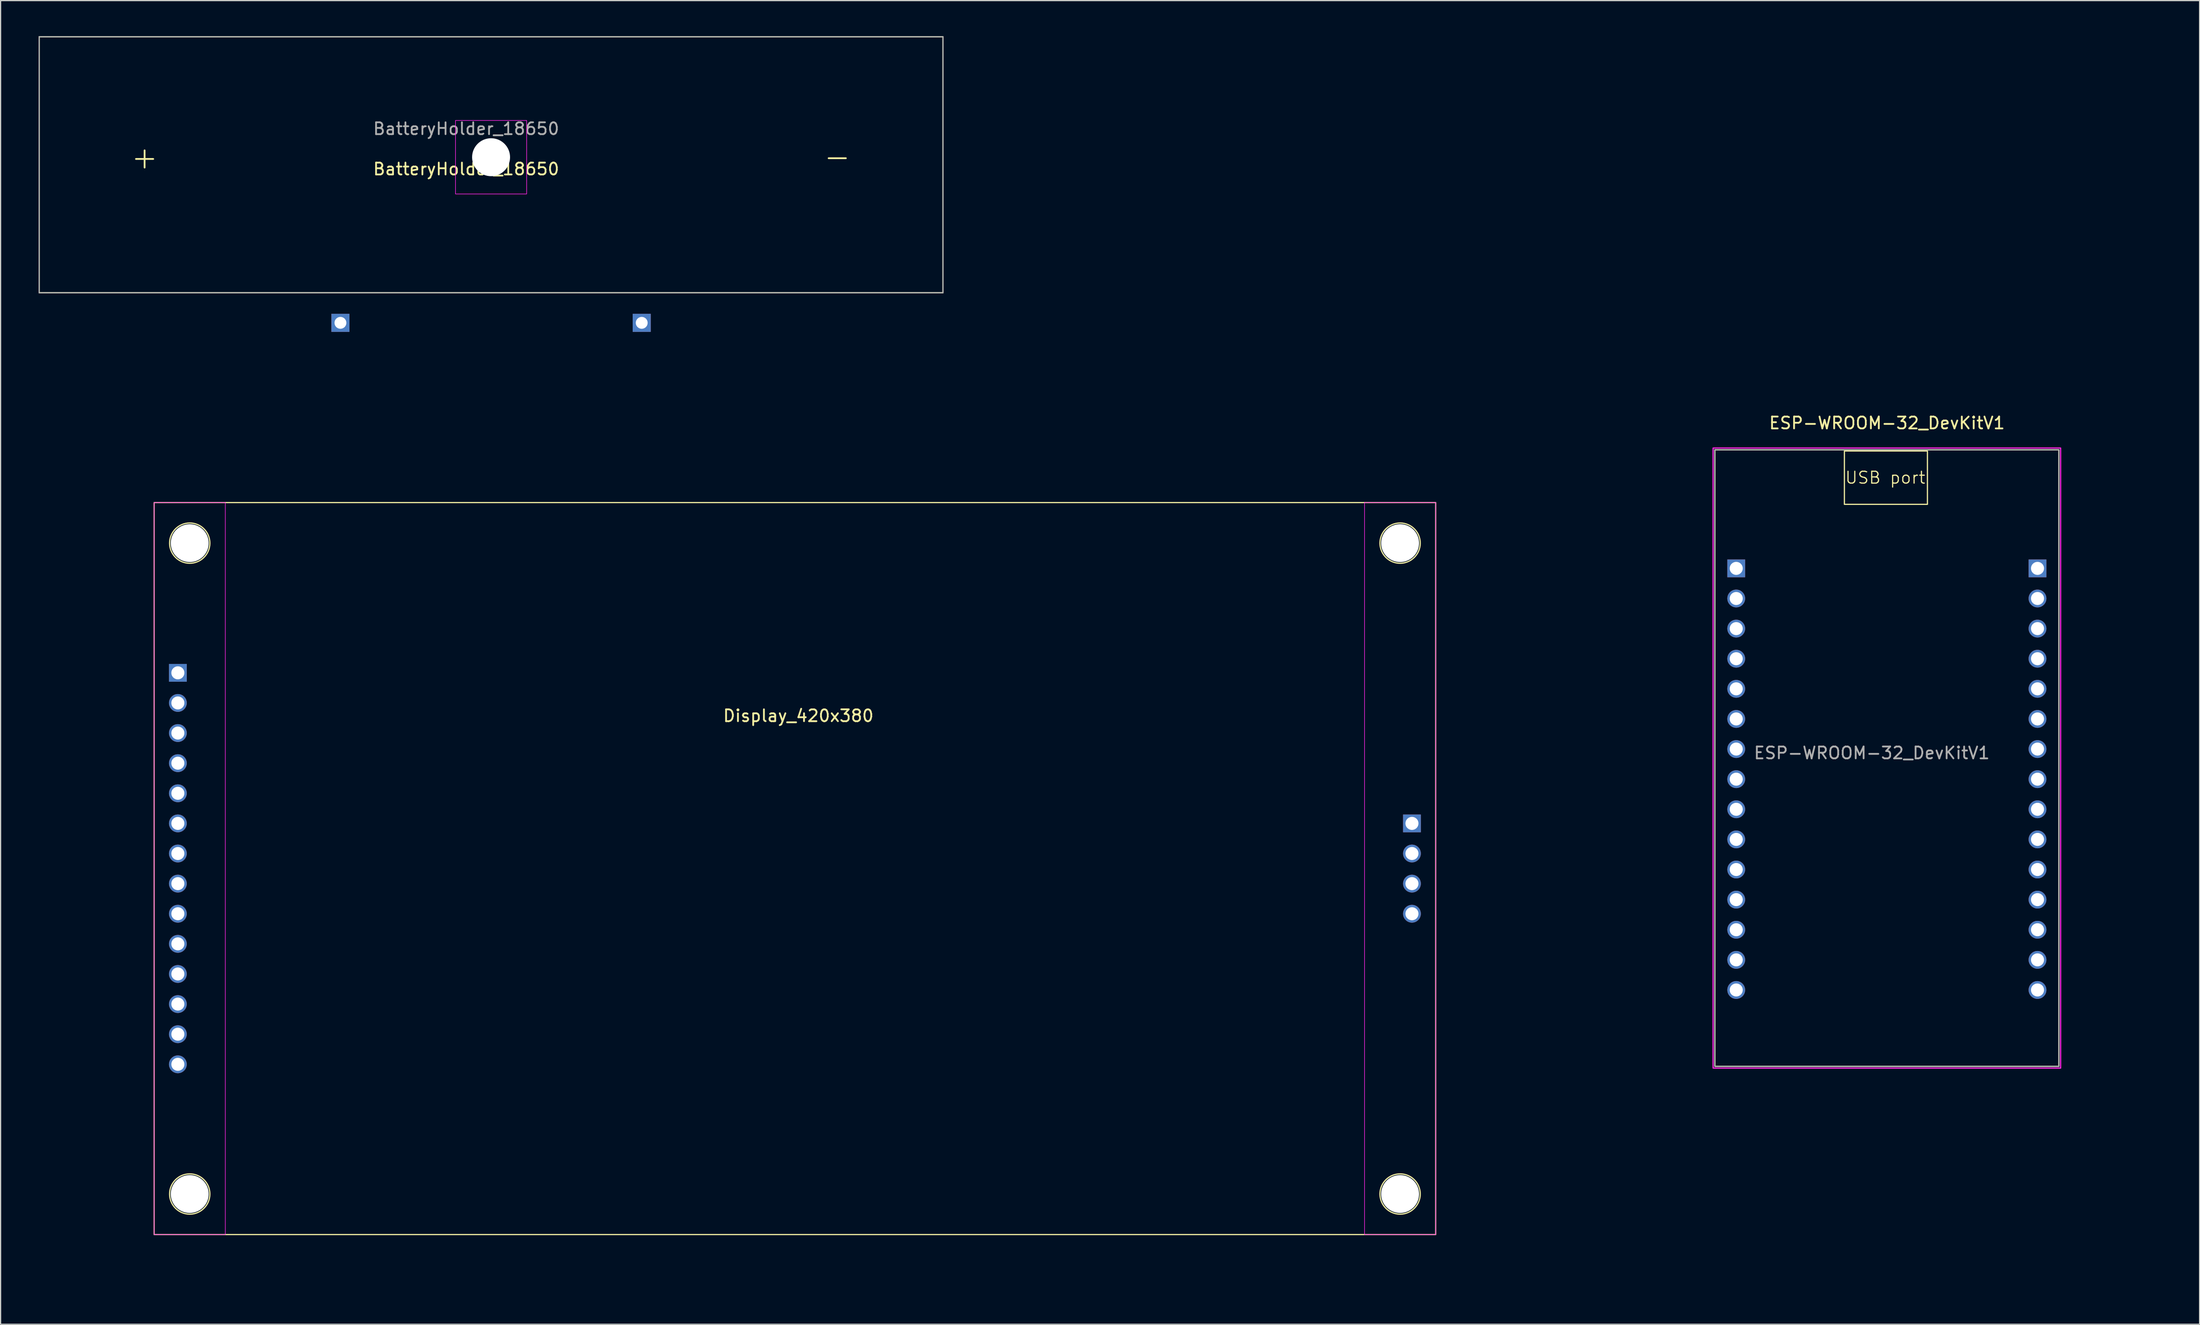
<source format=kicad_pcb>
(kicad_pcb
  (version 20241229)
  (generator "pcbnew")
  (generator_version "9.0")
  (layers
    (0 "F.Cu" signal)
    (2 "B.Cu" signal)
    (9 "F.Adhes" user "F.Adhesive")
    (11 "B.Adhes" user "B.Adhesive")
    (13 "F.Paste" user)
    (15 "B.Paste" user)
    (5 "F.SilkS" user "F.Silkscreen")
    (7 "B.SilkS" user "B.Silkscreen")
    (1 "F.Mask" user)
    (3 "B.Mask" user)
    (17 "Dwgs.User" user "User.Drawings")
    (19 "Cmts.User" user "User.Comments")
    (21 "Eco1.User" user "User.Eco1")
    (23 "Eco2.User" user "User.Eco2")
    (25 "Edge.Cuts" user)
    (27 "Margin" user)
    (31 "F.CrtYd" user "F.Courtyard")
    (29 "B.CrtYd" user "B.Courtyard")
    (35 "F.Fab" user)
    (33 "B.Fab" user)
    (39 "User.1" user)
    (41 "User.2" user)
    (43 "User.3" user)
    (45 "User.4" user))
  (footprint "Display_420x380"
    (layer "F.Cu")
    (at 11.945 53.7)
    (property "Reference" "Display_420x380" (at 52.312 3.623 0) (layer "F.SilkS") (effects (font (size 1 1) (thickness 0.15))))
    (attr through_hole)
    (fp_rect (start -2 -14.36) (end 106.04 47.38) (stroke (width 0.1) (type solid)) (fill no) (layer "F.SilkS"))
    (fp_circle (center 1 -10.94) (end 2.7 -10.94) (stroke (width 0.1) (type default)) (fill no) (layer "F.SilkS"))
    (fp_circle (center 1 43.96) (end 2.7 43.96) (stroke (width 0.1) (type default)) (fill no) (layer "F.SilkS"))
    (fp_circle (center 103.04 -10.94) (end 104.74 -10.94) (stroke (width 0.1) (type default)) (fill no) (layer "F.SilkS"))
    (fp_circle (center 103.04 43.96) (end 104.74 43.96) (stroke (width 0.1) (type default)) (fill no) (layer "F.SilkS"))
    (fp_rect (start -2 -14.36) (end 4 47.38) (stroke (width 0.05) (type default)) (fill no) (layer "F.CrtYd"))
    (fp_rect (start 100.04 -14.36) (end 106.04 47.38) (stroke (width 0.05) (type default)) (fill no) (layer "F.CrtYd"))
    (dimension (type aligned) (layer "User.1") (pts (xy 11.945 53.7) (xy 11.945 39.34)) (height -5.86) (format (prefix "") (suffix "") (units 3) (units_format 1) (precision 4)) (style (thickness 0.1) (arrow_length 1.27) (text_position_mode 0) (arrow_direction outward) (extension_height 0.586) (extension_offset 0.5) (keep_text_aligned yes)) (gr_text "14.3600 mm" (at 4.935 46.52 90) (layer "User.1") (effects (font (size 1 1) (thickness 0.15)))))
    (dimension (type aligned) (layer "User.1") (pts (xy 114.985 42.76) (xy 117.985 42.76)) (height 4.661) (format (prefix "") (suffix "") (units 3) (units_format 1) (precision 4)) (style (thickness 0.1) (arrow_length 1.27) (text_position_mode 0) (arrow_direction outward) (extension_height 0.586) (extension_offset 0.5) (keep_text_aligned yes)) (gr_text "3.0000 mm" (at 116.484 46.272 359.999) (layer "User.1") (effects (font (size 1 1) (thickness 0.15)))))
    (dimension (type aligned) (layer "User.1") (pts (xy 11.945 58.88) (xy 11.945 61.42)) (height 5.91) (format (prefix "") (suffix "") (units 3) (units_format 1) (precision 4)) (style (thickness 0.1) (arrow_length 1.27) (text_position_mode 0) (arrow_direction outward) (extension_height 0.586) (extension_offset 0.5) (keep_text_aligned yes)) (gr_text "2.5400 mm" (at 4.935 60.15 90) (layer "User.1") (effects (font (size 1 1) (thickness 0.1)))))
    (dimension (type aligned) (layer "User.1") (pts (xy 9.945 101.08) (xy 9.945 97.66)) (height -4.11) (format (prefix "") (suffix "") (units 3) (units_format 1) (precision 4)) (style (thickness 0.1) (arrow_length 1.27) (text_position_mode 0) (arrow_direction outward) (extension_height 0.586) (extension_offset 0.5) (keep_text_aligned yes)) (gr_text "3.4200 mm" (at 4.685 99.37 90) (layer "User.1") (effects (font (size 1 1) (thickness 0.15)))))
    (dimension (type aligned) (layer "User.1") (pts (xy 115.985 68.94) (xy 115.985 71.48)) (height -8.32) (format (prefix "") (suffix "") (units 3) (units_format 1) (precision 4)) (style (thickness 0.1) (arrow_length 1.27) (text_position_mode 0) (arrow_direction outward) (extension_height 0.586) (extension_offset 0.5) (keep_text_aligned yes)) (gr_text "2.5400 mm" (at 123.155 70.21 90) (layer "User.1") (effects (font (size 1 1) (thickness 0.15)))))
    (dimension (type aligned) (layer "User.1") (pts (xy 12.945 42.76) (xy 12.945 39.34)) (height 5.8) (format (prefix "") (suffix "") (units 3) (units_format 1) (precision 4)) (style (thickness 0.1) (arrow_length 1.27) (text_position_mode 0) (arrow_direction outward) (extension_height 0.586) (extension_offset 0.5) (keep_text_aligned yes)) (gr_text "3.4200 mm" (at 17.595 41.05 90) (layer "User.1") (effects (font (size 1 1) (thickness 0.15)))))
    (dimension (type aligned) (layer "User.1") (pts (xy 12.945 42.76) (xy 9.945 42.76)) (height -4) (format (prefix "") (suffix "") (units 3) (units_format 1) (precision 4)) (style (thickness 0.1) (arrow_length 1.27) (text_position_mode 0) (arrow_direction outward) (extension_height 0.586) (extension_offset 0.5) (keep_text_aligned yes)) (gr_text "3.0000 mm" (at 11.445 45.61 0) (layer "User.1") (effects (font (size 1 1) (thickness 0.15)))))
    (dimension (type aligned) (layer "User.1") (pts (xy 114.985 97.66) (xy 114.975 101.08)) (height 3.713) (format (prefix "") (suffix "") (units 3) (units_format 1) (precision 4)) (style (thickness 0.1) (arrow_length 1.27) (text_position_mode 0) (arrow_direction outward) (extension_height 0.586) (extension_offset 0.5) (keep_text_aligned yes)) (gr_text "3.4200 mm" (at 110.117 99.356 89.832) (layer "User.1") (effects (font (size 1 1) (thickness 0.15)))))
    (dimension (type aligned) (layer "User.1") (pts (xy 9.945 39.34) (xy 117.985 39.34)) (height -9.4) (format (prefix "") (suffix "") (units 3) (units_format 1) (precision 4)) (style (thickness 0.1) (arrow_length 1.27) (text_position_mode 0) (arrow_direction outward) (extension_height 0.586) (extension_offset 0.5) (keep_text_aligned yes)) (gr_text "108.0400 mm" (at 63.965 28.79 0) (layer "User.1") (effects (font (size 1 1) (thickness 0.15)))))
    (dimension (type aligned) (layer "User.1") (pts (xy 9.945 101.08) (xy 12.945 101.08)) (height 3.93) (format (prefix "") (suffix "") (units 3) (units_format 1) (precision 4)) (style (thickness 0.1) (arrow_length 1.27) (text_position_mode 0) (arrow_direction outward) (extension_height 0.586) (extension_offset 0.5) (keep_text_aligned yes)) (gr_text "3.0000 mm" (at 11.445 103.86 0) (layer "User.1") (effects (font (size 1 1) (thickness 0.15)))))
    (dimension (type aligned) (layer "User.1") (pts (xy 114.985 42.76) (xy 114.985 39.34)) (height -3.38) (format (prefix "") (suffix "") (units 3) (units_format 1) (precision 4)) (style (thickness 0.1) (arrow_length 1.27) (text_position_mode 0) (arrow_direction outward) (extension_height 0.586) (extension_offset 0.5) (keep_text_aligned yes)) (gr_text "3.4200 mm" (at 110.455 41.05 90) (layer "User.1") (effects (font (size 1 1) (thickness 0.15)))))
    (dimension (type aligned) (layer "User.1") (pts (xy 117.984 39.34) (xy 117.985 66.4)) (height -3.019) (format (prefix "") (suffix "") (units 3) (units_format 1) (precision 4)) (style (thickness 0.1) (arrow_length 1.27) (text_position_mode 0) (arrow_direction outward) (extension_height 0.586) (extension_offset 0.5) (keep_text_aligned yes)) (gr_text "27.0600 mm" (at 122.154 52.87 270) (layer "User.1") (effects (font (size 1 1) (thickness 0.15)))))
    (dimension (type aligned) (layer "User.1") (pts (xy 117.984 39.34) (xy 117.984 101.08)) (height -9.77) (format (prefix "") (suffix "") (units 3) (units_format 1) (precision 4)) (style (thickness 0.1) (arrow_length 1.27) (text_position_mode 0) (arrow_direction outward) (extension_height 0.586) (extension_offset 0.5) (keep_text_aligned yes)) (gr_text "61.7400 mm" (at 126.605 70.21 90) (layer "User.1") (effects (font (size 1 1) (thickness 0.15)))))
    (dimension (type aligned) (layer "User.1") (pts (xy 114.985 97.66) (xy 117.985 97.66)) (height -3.414) (format (prefix "") (suffix "") (units 3) (units_format 1) (precision 4)) (style (thickness 0.1) (arrow_length 1.27) (text_position_mode 0) (arrow_direction outward) (extension_height 0.586) (extension_offset 0.5) (keep_text_aligned yes)) (gr_text "3.0000 mm" (at 116.485 93.096 359.999) (layer "User.1") (effects (font (size 1 1) (thickness 0.15)))))
    (dimension (type orthogonal) (layer "User.1") (pts (xy 115.985 66.4) (xy 11.945 67.4)) (height 1.28) (orientation 0) (format (prefix "") (suffix "") (units 3) (units_format 1) (precision 4)) (style (thickness 0.1) (arrow_length 1.27) (text_position_mode 0) (arrow_direction outward) (extension_height 0.586) (extension_offset 0.5) (keep_text_aligned yes)) (gr_text "104.0400 mm" (at 63.965 66.53 0) (layer "User.1") (effects (font (size 1 1) (thickness 0.15)))))
    (dimension (type orthogonal) (layer "User.1") (pts (xy 115.985 74.02) (xy 117.985 74.21)) (height 3.75) (orientation 0) (format (prefix "") (suffix "") (units 3) (units_format 1) (precision 4)) (style (thickness 0.1) (arrow_length 1.27) (text_position_mode 0) (arrow_direction outward) (extension_height 0.586) (extension_offset 0.5) (keep_text_aligned yes)) (gr_text "2.0000 mm" (at 116.985 76.62 0) (layer "User.1") (effects (font (size 1 1) (thickness 0.15)))))
    (pad "" np_thru_hole circle (at 1 -10.94) (size 3.2 3.2) (drill 3.2) (layers "*.Cu" "*.Mask"))
    (pad "" np_thru_hole circle (at 1 43.96) (size 3.2 3.2) (drill 3.2) (layers "*.Cu" "*.Mask"))
    (pad "" np_thru_hole circle (at 103.04 -10.94) (size 3.2 3.2) (drill 3.2) (layers "*.Cu" "*.Mask"))
    (pad "" np_thru_hole circle (at 103.04 43.96) (size 3.2 3.2) (drill 3.2) (layers "*.Cu" "*.Mask"))
    (pad "1" thru_hole rect (at 0 0) (size 1.5 1.5) (drill 1.1) (layers "*.Cu" "*.Mask"))
    (pad "2" thru_hole circle (at 0 2.54) (size 1.5 1.5) (drill 1.1) (layers "*.Cu" "*.Mask"))
    (pad "3" thru_hole circle (at 0 5.08) (size 1.5 1.5) (drill 1.1) (layers "*.Cu" "*.Mask"))
    (pad "4" thru_hole circle (at 0 7.62) (size 1.5 1.5) (drill 1.1) (layers "*.Cu" "*.Mask"))
    (pad "5" thru_hole circle (at 0 10.16) (size 1.5 1.5) (drill 1.1) (layers "*.Cu" "*.Mask"))
    (pad "6" thru_hole circle (at 0 12.7) (size 1.5 1.5) (drill 1.1) (layers "*.Cu" "*.Mask"))
    (pad "7" thru_hole circle (at 0 15.24) (size 1.5 1.5) (drill 1.1) (layers "*.Cu" "*.Mask"))
    (pad "8" thru_hole circle (at 0 17.78) (size 1.5 1.5) (drill 1.1) (layers "*.Cu" "*.Mask"))
    (pad "9" thru_hole circle (at 0 20.32) (size 1.5 1.5) (drill 1.1) (layers "*.Cu" "*.Mask"))
    (pad "10" thru_hole circle (at 0 22.86) (size 1.5 1.5) (drill 1.1) (layers "*.Cu" "*.Mask"))
    (pad "11" thru_hole circle (at 0 25.4) (size 1.5 1.5) (drill 1.1) (layers "*.Cu" "*.Mask"))
    (pad "12" thru_hole circle (at 0 27.94) (size 1.5 1.5) (drill 1.1) (layers "*.Cu" "*.Mask"))
    (pad "13" thru_hole circle (at 0 30.48) (size 1.5 1.5) (drill 1.1) (layers "*.Cu" "*.Mask"))
    (pad "14" thru_hole circle (at 0 33.02) (size 1.5 1.5) (drill 1.1) (layers "*.Cu" "*.Mask"))
    (pad "15" thru_hole rect (at 104.04 12.7) (size 1.5 1.5) (drill 1.1) (layers "*.Cu" "*.Mask"))
    (pad "16" thru_hole circle (at 104.04 15.24) (size 1.5 1.5) (drill 1.1) (layers "*.Cu" "*.Mask"))
    (pad "17" thru_hole circle (at 104.04 17.78) (size 1.5 1.5) (drill 1.1) (layers "*.Cu" "*.Mask"))
    (pad "18" thru_hole circle (at 104.04 20.32) (size 1.5 1.5) (drill 1.1) (layers "*.Cu" "*.Mask")))
  (footprint "BatteryHolder_18650"
    (layer "F.Cu")
    (at 0.25 10.21)
    (property "Reference" "BatteryHolder_18650" (at 36 1 0) (layer "F.SilkS") (effects (font (size 1 1) (thickness 0.15))))
    (attr through_hole)
    (fp_rect (start 0 -10.16) (end 76.2 11.43) (stroke (width 0.1) (type default)) (fill no) (layer "F.SilkS"))
    (fp_rect (start 35.1 -3.1) (end 41.1 3.1) (stroke (width 0.05) (type default)) (fill no) (layer "F.CrtYd"))
    (fp_rect (start 0 -10.16) (end 76.2 11.43) (stroke (width 0.1) (type default)) (fill no) (layer "F.Fab"))
    (fp_text user "-" (at 67.284 -0.062 0) (unlocked yes) (layer "F.SilkS") (effects (font (size 1.905 1.905) (thickness 0.15)) (justify mirror)))
    (fp_text user "+" (at 8.89 0 0) (unlocked yes) (layer "F.SilkS") (effects (font (size 1.905 1.905) (thickness 0.15)) (justify mirror)))
    (fp_text user "${REFERENCE}" (at 36 -2.4 0) (layer "F.Fab") (effects (font (size 1 1) (thickness 0.15))))
    (pad "" np_thru_hole circle (at 38.1 0) (size 3.2 3.2) (drill 3.2) (layers "*.Cu" "*.Mask"))
    (pad "1" thru_hole rect (at 25.4 13.97) (size 1.524 1.524) (drill 1) (layers "*.Cu" "*.Mask"))
    (pad "2" thru_hole rect (at 50.8 13.97) (size 1.524 1.524) (drill 1) (layers "*.Cu" "*.Mask")))
  (footprint "ESP-WROOM-32_DevKitV1"
    (layer "F.Cu")
    (at 143.322 44.89)
    (property "Reference" "ESP-WROOM-32_DevKitV1" (at 12.71 -12.26 0) (unlocked yes) (layer "F.SilkS") (effects (font (size 1 1) (thickness 0.15))))
    (attr through_hole)
    (fp_rect (start -1.8 -10) (end 27.2 42) (stroke (width 0.1) (type default)) (fill no) (layer "F.SilkS"))
    (fp_rect (start 9.12 -9.9) (end 16.12 -5.4) (stroke (width 0.1) (type default)) (fill no) (layer "F.SilkS"))
    (fp_rect (start -1.95 -10.15) (end 27.35 42.15) (stroke (width 0.1) (type default)) (fill no) (layer "F.CrtYd"))
    (fp_rect (start -1.8 -10) (end 27.2 42) (stroke (width 0.1) (type default)) (fill no) (layer "F.Fab"))
    (fp_text user "USB port" (at 9.12 -7.65 0) (unlocked yes) (layer "F.SilkS") (effects (font (size 1 1) (thickness 0.1)) (justify left)))
    (fp_text user "${REFERENCE}" (at 11.43 15.57 0) (unlocked yes) (layer "F.Fab") (effects (font (size 1 1) (thickness 0.15))))
    (dimension (type aligned) (layer "User.1") (pts (xy 143.322 40.31) (xy 143.322 42.85)) (height 3.3) (format (prefix "") (suffix "") (units 3) (units_format 1) (precision 4)) (style (thickness 0.1) (arrow_length 1.27) (text_position_mode 0) (arrow_direction outward) (extension_height 0.586) (extension_offset 0.5) (keep_text_aligned yes)) (gr_text "2.5400 mm" (at 138.922 41.58 90) (layer "User.1") (effects (font (size 1 1) (thickness 0.1)))))
    (dimension (type orthogonal) (layer "User.1") (pts (xy 141.522 34.89) (xy 170.522 34.89)) (height -4.95) (orientation 0) (format (prefix "") (suffix "") (units 3) (units_format 1) (precision 4)) (style (thickness 0.1) (arrow_length 1.27) (text_position_mode 0) (arrow_direction outward) (extension_height 0.586) (extension_offset 0.5) (keep_text_aligned yes)) (gr_text "29.0000 mm" (at 156.022 28.79 0) (layer "User.1") (effects (font (size 1 1) (thickness 0.15)))))
    (dimension (type orthogonal) (layer "User.1") (pts (xy 143.322 44.89) (xy 168.722 44.89)) (height 1.41) (orientation 0) (format (prefix "") (suffix "") (units 3) (units_format 1) (precision 4)) (style (thickness 0.1) (arrow_length 1.27) (text_position_mode 0) (arrow_direction outward) (extension_height 0.586) (extension_offset 0.5) (keep_text_aligned yes)) (gr_text "25.4000 mm" (at 156.022 45.15 0) (layer "User.1") (effects (font (size 1 1) (thickness 0.15)))))
    (dimension (type orthogonal) (layer "User.1") (pts (xy 168.722 80.45) (xy 168.722 86.89)) (height -2.28) (orientation 1) (format (prefix "") (suffix "") (units 3) (units_format 1) (precision 4)) (style (thickness 0.1) (arrow_length 1.27) (text_position_mode 0) (arrow_direction outward) (extension_height 0.586) (extension_offset 0.5) (keep_text_aligned yes)) (gr_text "6.4400 mm" (at 165.292 83.67 90) (layer "User.1") (effects (font (size 1 1) (thickness 0.15)))))
    (dimension (type orthogonal) (layer "User.1") (pts (xy 170.522 86.89) (xy 170.522 34.89)) (height 5.08) (orientation 1) (format (prefix "") (suffix "") (units 3) (units_format 1) (precision 4)) (style (thickness 0.1) (arrow_length 1.27) (text_position_mode 0) (arrow_direction outward) (extension_height 0.586) (extension_offset 0.5) (keep_text_aligned yes)) (gr_text "52.0000 mm" (at 174.452 60.89 90) (layer "User.1") (effects (font (size 1 1) (thickness 0.15)))))
    (dimension (type orthogonal) (layer "User.1") (pts (xy 168.722 44.89) (xy 168.722 34.89)) (height -2.35) (orientation 1) (format (prefix "") (suffix "") (units 3) (units_format 1) (precision 4)) (style (thickness 0.1) (arrow_length 1.27) (text_position_mode 0) (arrow_direction outward) (extension_height 0.586) (extension_offset 0.5) (keep_text_aligned yes)) (gr_text "10.0000 mm" (at 165.222 39.89 90) (layer "User.1") (effects (font (size 1 1) (thickness 0.15)))))
    (pad "1" thru_hole rect (at 0 0) (size 1.5 1.5) (drill 1.1) (layers "*.Cu" "*.Mask") (remove_unused_layers yes) (keep_end_layers yes) (zone_layer_connections))
    (pad "2" thru_hole circle (at 0 2.54) (size 1.5 1.5) (drill 1.1) (layers "*.Cu" "*.Mask") (remove_unused_layers yes) (keep_end_layers yes) (zone_layer_connections))
    (pad "3" thru_hole circle (at 0 5.08) (size 1.5 1.5) (drill 1.1) (layers "*.Cu" "*.Mask") (remove_unused_layers yes) (keep_end_layers yes) (zone_layer_connections))
    (pad "4" thru_hole circle (at 0 7.62) (size 1.5 1.5) (drill 1.1) (layers "*.Cu" "*.Mask") (remove_unused_layers yes) (keep_end_layers yes) (zone_layer_connections))
    (pad "5" thru_hole circle (at 0 10.16) (size 1.5 1.5) (drill 1.1) (layers "*.Cu" "*.Mask") (remove_unused_layers yes) (keep_end_layers yes) (zone_layer_connections))
    (pad "6" thru_hole circle (at 0 12.7) (size 1.5 1.5) (drill 1.1) (layers "*.Cu" "*.Mask") (remove_unused_layers yes) (keep_end_layers yes) (zone_layer_connections))
    (pad "7" thru_hole circle (at 0 15.24) (size 1.5 1.5) (drill 1.1) (layers "*.Cu" "*.Mask") (remove_unused_layers yes) (keep_end_layers yes) (zone_layer_connections))
    (pad "8" thru_hole circle (at 0 17.78) (size 1.5 1.5) (drill 1.1) (layers "*.Cu" "*.Mask") (remove_unused_layers yes) (keep_end_layers yes) (zone_layer_connections))
    (pad "9" thru_hole circle (at 0 20.32) (size 1.5 1.5) (drill 1.1) (layers "*.Cu" "*.Mask") (remove_unused_layers yes) (keep_end_layers yes) (zone_layer_connections))
    (pad "10" thru_hole circle (at 0 22.86) (size 1.5 1.5) (drill 1.1) (layers "*.Cu" "*.Mask") (remove_unused_layers yes) (keep_end_layers yes) (zone_layer_connections))
    (pad "11" thru_hole circle (at 0 25.4) (size 1.5 1.5) (drill 1.1) (layers "*.Cu" "*.Mask") (remove_unused_layers yes) (keep_end_layers yes) (zone_layer_connections))
    (pad "12" thru_hole circle (at 0 27.94) (size 1.5 1.5) (drill 1.1) (layers "*.Cu" "*.Mask") (remove_unused_layers yes) (keep_end_layers yes) (zone_layer_connections))
    (pad "13" thru_hole circle (at 0 30.48) (size 1.5 1.5) (drill 1.1) (layers "*.Cu" "*.Mask") (remove_unused_layers yes) (keep_end_layers yes) (zone_layer_connections))
    (pad "14" thru_hole circle (at 0 33.02) (size 1.5 1.5) (drill 1.1) (layers "*.Cu" "*.Mask") (remove_unused_layers yes) (keep_end_layers yes) (zone_layer_connections))
    (pad "15" thru_hole circle (at 0 35.56) (size 1.5 1.5) (drill 1.1) (layers "*.Cu" "*.Mask") (remove_unused_layers yes) (keep_end_layers yes) (zone_layer_connections))
    (pad "16" thru_hole circle (at 25.4 35.56) (size 1.5 1.5) (drill 1.1) (layers "*.Cu" "*.Mask") (remove_unused_layers yes) (keep_end_layers yes) (zone_layer_connections))
    (pad "17" thru_hole circle (at 25.4 33.02) (size 1.5 1.5) (drill 1.1) (layers "*.Cu" "*.Mask") (remove_unused_layers yes) (keep_end_layers yes) (zone_layer_connections))
    (pad "18" thru_hole circle (at 25.4 30.48) (size 1.5 1.5) (drill 1.1) (layers "*.Cu" "*.Mask") (remove_unused_layers yes) (keep_end_layers yes) (zone_layer_connections))
    (pad "19" thru_hole circle (at 25.4 27.94) (size 1.5 1.5) (drill 1.1) (layers "*.Cu" "*.Mask") (remove_unused_layers yes) (keep_end_layers yes) (zone_layer_connections))
    (pad "20" thru_hole circle (at 25.4 25.4) (size 1.5 1.5) (drill 1.1) (layers "*.Cu" "*.Mask") (remove_unused_layers yes) (keep_end_layers yes) (zone_layer_connections))
    (pad "21" thru_hole circle (at 25.4 22.86) (size 1.5 1.5) (drill 1.1) (layers "*.Cu" "*.Mask") (remove_unused_layers yes) (keep_end_layers yes) (zone_layer_connections))
    (pad "22" thru_hole circle (at 25.4 20.32) (size 1.5 1.5) (drill 1.1) (layers "*.Cu" "*.Mask") (remove_unused_layers yes) (keep_end_layers yes) (zone_layer_connections))
    (pad "23" thru_hole circle (at 25.4 17.78) (size 1.5 1.5) (drill 1.1) (layers "*.Cu" "*.Mask") (remove_unused_layers yes) (keep_end_layers yes) (zone_layer_connections))
    (pad "24" thru_hole circle (at 25.4 15.24) (size 1.5 1.5) (drill 1.1) (layers "*.Cu" "*.Mask") (remove_unused_layers yes) (keep_end_layers yes) (zone_layer_connections))
    (pad "25" thru_hole circle (at 25.4 12.7) (size 1.5 1.5) (drill 1.1) (layers "*.Cu" "*.Mask") (remove_unused_layers yes) (keep_end_layers yes) (zone_layer_connections))
    (pad "26" thru_hole circle (at 25.4 10.16) (size 1.5 1.5) (drill 1.1) (layers "*.Cu" "*.Mask") (remove_unused_layers yes) (keep_end_layers yes) (zone_layer_connections))
    (pad "27" thru_hole circle (at 25.4 7.62) (size 1.5 1.5) (drill 1.1) (layers "*.Cu" "*.Mask") (remove_unused_layers yes) (keep_end_layers yes) (zone_layer_connections))
    (pad "28" thru_hole circle (at 25.4 5.08) (size 1.5 1.5) (drill 1.1) (layers "*.Cu" "*.Mask") (remove_unused_layers yes) (keep_end_layers yes) (zone_layer_connections))
    (pad "29" thru_hole circle (at 25.4 2.54) (size 1.5 1.5) (drill 1.1) (layers "*.Cu" "*.Mask") (remove_unused_layers yes) (keep_end_layers yes) (zone_layer_connections))
    (pad "30" thru_hole rect (at 25.4 0) (size 1.5 1.5) (drill 1.1) (layers "*.Cu" "*.Mask") (remove_unused_layers yes) (keep_end_layers yes) (zone_layer_connections)))
  (gr_rect
    (start -3 -3)
    (end 182.387 108.647)
    (stroke (width 0.1) (type default))
    (fill no)
    (layer "Edge.Cuts")))
</source>
